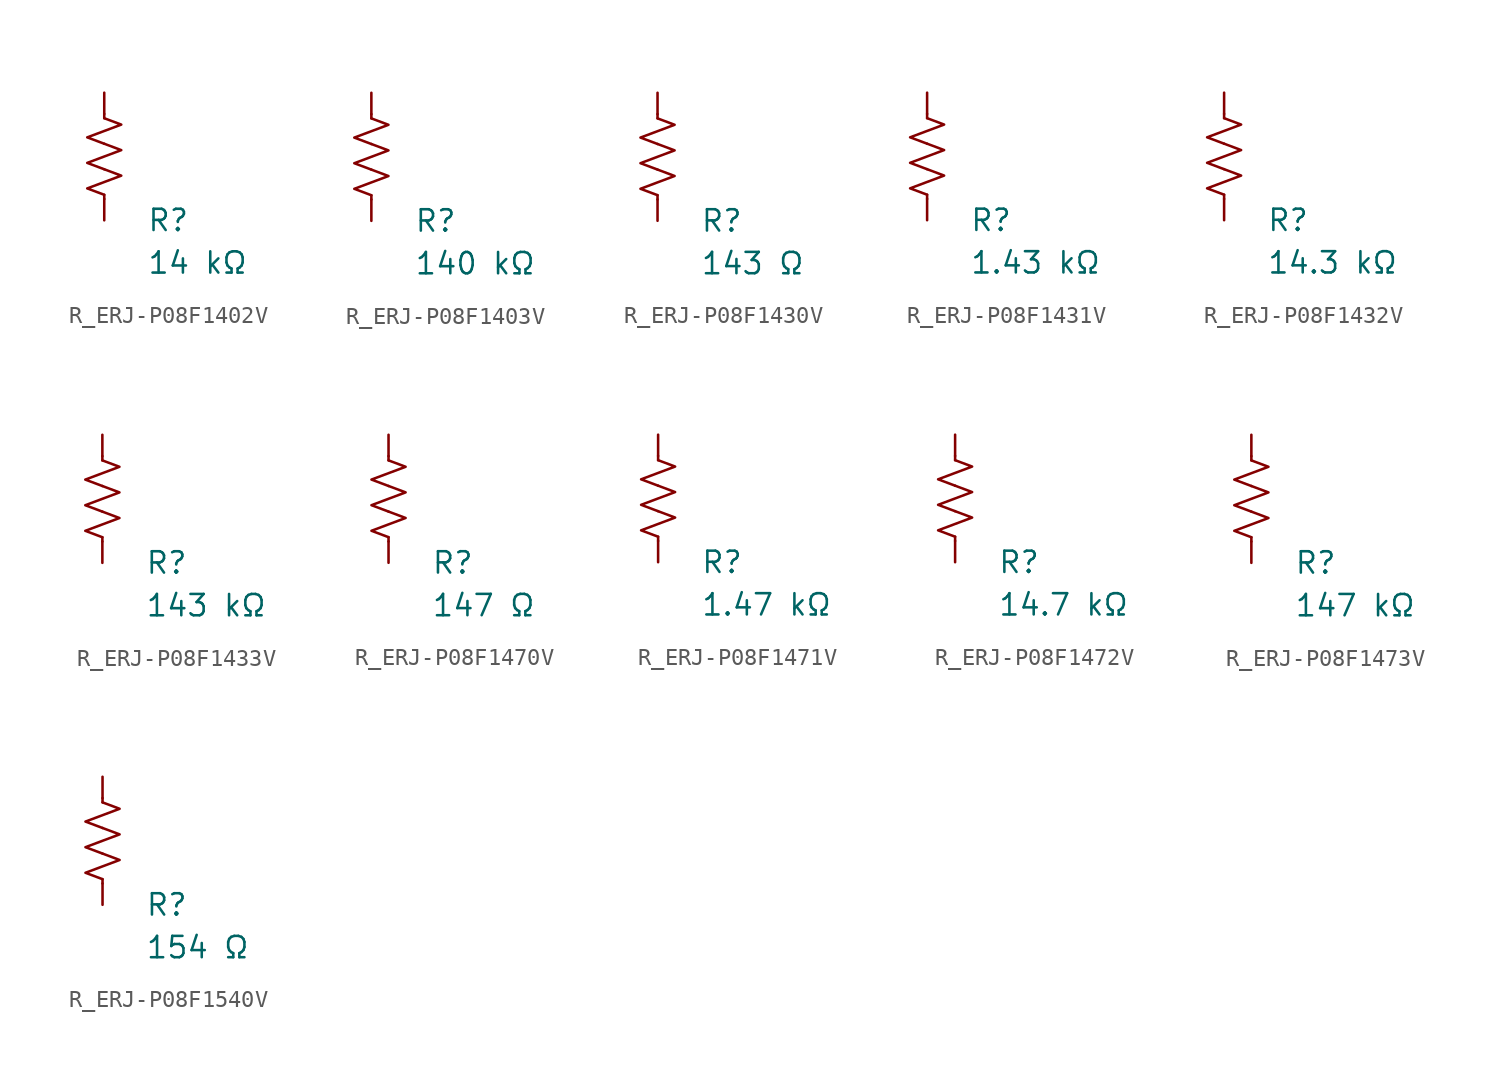
<source format=kicad_sym>
(kicad_symbol_lib
  (version 20231120)
  (generator "kicad_symbol_editor")
  (generator_version "8.0")
  (symbol "R_ERJ-P08F1402V"
    (pin_numbers hide)
    (pin_names
      (offset 0))
    (property "Reference" "R"
      (at 2.54 -3.81 0)
      (effects (font (size 1.27 1.27)) (justify left))
      (show_name no))
    (property "Value" "14 kΩ"
      (at 2.54 -6.35 0)
      (effects (font (size 1.27 1.27)) (justify left))
      (show_name no))
    (symbol "R_ERJ-P08F1402V_0_1"
      (polyline (pts (xy 0 -2.286) (xy 0 -2.54)) (stroke (width 0) (type default)) (fill (type none)))
      (polyline (pts (xy 0 2.286) (xy 0 2.54)) (stroke (width 0) (type default)) (fill (type none)))
      (polyline (pts (xy 0 -0.762) (xy 1.016 -1.143) (xy 0 -1.524) (xy -1.016 -1.905) (xy 0 -2.286)) (stroke (width 0) (type default)) (fill (type none)))
      (polyline (pts (xy 0 0.762) (xy 1.016 0.381) (xy 0 0) (xy -1.016 -0.381) (xy 0 -0.762)) (stroke (width 0) (type default)) (fill (type none)))
      (polyline (pts (xy 0 2.286) (xy 1.016 1.905) (xy 0 1.524) (xy -1.016 1.143) (xy 0 0.762)) (stroke (width 0) (type default)) (fill (type none))))
    (symbol "R_ERJ-P08F1402V_1_1"
      (pin passive line (at 0 3.81 270) (length 1.27) (name "~" (effects (font (size 1.27 1.27)))) (number "1" (effects (font (size 1.27 1.27)))))
      (pin passive line (at 0 -3.81 90) (length 1.27) (name "~" (effects (font (size 1.27 1.27)))) (number "2" (effects (font (size 1.27 1.27)))))))
  (symbol "R_ERJ-P08F1403V"
    (pin_numbers hide)
    (pin_names
      (offset 0))
    (property "Reference" "R"
      (at 2.54 -3.81 0)
      (effects (font (size 1.27 1.27)) (justify left))
      (show_name no))
    (property "Value" "140 kΩ"
      (at 2.54 -6.35 0)
      (effects (font (size 1.27 1.27)) (justify left))
      (show_name no))
    (symbol "R_ERJ-P08F1403V_0_1"
      (polyline (pts (xy 0 -2.286) (xy 0 -2.54)) (stroke (width 0) (type default)) (fill (type none)))
      (polyline (pts (xy 0 2.286) (xy 0 2.54)) (stroke (width 0) (type default)) (fill (type none)))
      (polyline (pts (xy 0 -0.762) (xy 1.016 -1.143) (xy 0 -1.524) (xy -1.016 -1.905) (xy 0 -2.286)) (stroke (width 0) (type default)) (fill (type none)))
      (polyline (pts (xy 0 0.762) (xy 1.016 0.381) (xy 0 0) (xy -1.016 -0.381) (xy 0 -0.762)) (stroke (width 0) (type default)) (fill (type none)))
      (polyline (pts (xy 0 2.286) (xy 1.016 1.905) (xy 0 1.524) (xy -1.016 1.143) (xy 0 0.762)) (stroke (width 0) (type default)) (fill (type none))))
    (symbol "R_ERJ-P08F1403V_1_1"
      (pin passive line (at 0 3.81 270) (length 1.27) (name "~" (effects (font (size 1.27 1.27)))) (number "1" (effects (font (size 1.27 1.27)))))
      (pin passive line (at 0 -3.81 90) (length 1.27) (name "~" (effects (font (size 1.27 1.27)))) (number "2" (effects (font (size 1.27 1.27)))))))
  (symbol "R_ERJ-P08F1430V"
    (pin_numbers hide)
    (pin_names
      (offset 0))
    (property "Reference" "R"
      (at 2.54 -3.81 0)
      (effects (font (size 1.27 1.27)) (justify left))
      (show_name no))
    (property "Value" "143 Ω"
      (at 2.54 -6.35 0)
      (effects (font (size 1.27 1.27)) (justify left))
      (show_name no))
    (symbol "R_ERJ-P08F1430V_0_1"
      (polyline (pts (xy 0 -2.286) (xy 0 -2.54)) (stroke (width 0) (type default)) (fill (type none)))
      (polyline (pts (xy 0 2.286) (xy 0 2.54)) (stroke (width 0) (type default)) (fill (type none)))
      (polyline (pts (xy 0 -0.762) (xy 1.016 -1.143) (xy 0 -1.524) (xy -1.016 -1.905) (xy 0 -2.286)) (stroke (width 0) (type default)) (fill (type none)))
      (polyline (pts (xy 0 0.762) (xy 1.016 0.381) (xy 0 0) (xy -1.016 -0.381) (xy 0 -0.762)) (stroke (width 0) (type default)) (fill (type none)))
      (polyline (pts (xy 0 2.286) (xy 1.016 1.905) (xy 0 1.524) (xy -1.016 1.143) (xy 0 0.762)) (stroke (width 0) (type default)) (fill (type none))))
    (symbol "R_ERJ-P08F1430V_1_1"
      (pin passive line (at 0 3.81 270) (length 1.27) (name "~" (effects (font (size 1.27 1.27)))) (number "1" (effects (font (size 1.27 1.27)))))
      (pin passive line (at 0 -3.81 90) (length 1.27) (name "~" (effects (font (size 1.27 1.27)))) (number "2" (effects (font (size 1.27 1.27)))))))
  (symbol "R_ERJ-P08F1431V"
    (pin_numbers hide)
    (pin_names
      (offset 0))
    (property "Reference" "R"
      (at 2.54 -3.81 0)
      (effects (font (size 1.27 1.27)) (justify left))
      (show_name no))
    (property "Value" "1.43 kΩ"
      (at 2.54 -6.35 0)
      (effects (font (size 1.27 1.27)) (justify left))
      (show_name no))
    (symbol "R_ERJ-P08F1431V_0_1"
      (polyline (pts (xy 0 -2.286) (xy 0 -2.54)) (stroke (width 0) (type default)) (fill (type none)))
      (polyline (pts (xy 0 2.286) (xy 0 2.54)) (stroke (width 0) (type default)) (fill (type none)))
      (polyline (pts (xy 0 -0.762) (xy 1.016 -1.143) (xy 0 -1.524) (xy -1.016 -1.905) (xy 0 -2.286)) (stroke (width 0) (type default)) (fill (type none)))
      (polyline (pts (xy 0 0.762) (xy 1.016 0.381) (xy 0 0) (xy -1.016 -0.381) (xy 0 -0.762)) (stroke (width 0) (type default)) (fill (type none)))
      (polyline (pts (xy 0 2.286) (xy 1.016 1.905) (xy 0 1.524) (xy -1.016 1.143) (xy 0 0.762)) (stroke (width 0) (type default)) (fill (type none))))
    (symbol "R_ERJ-P08F1431V_1_1"
      (pin passive line (at 0 3.81 270) (length 1.27) (name "~" (effects (font (size 1.27 1.27)))) (number "1" (effects (font (size 1.27 1.27)))))
      (pin passive line (at 0 -3.81 90) (length 1.27) (name "~" (effects (font (size 1.27 1.27)))) (number "2" (effects (font (size 1.27 1.27)))))))
  (symbol "R_ERJ-P08F1432V"
    (pin_numbers hide)
    (pin_names
      (offset 0))
    (property "Reference" "R"
      (at 2.54 -3.81 0)
      (effects (font (size 1.27 1.27)) (justify left))
      (show_name no))
    (property "Value" "14.3 kΩ"
      (at 2.54 -6.35 0)
      (effects (font (size 1.27 1.27)) (justify left))
      (show_name no))
    (symbol "R_ERJ-P08F1432V_0_1"
      (polyline (pts (xy 0 -2.286) (xy 0 -2.54)) (stroke (width 0) (type default)) (fill (type none)))
      (polyline (pts (xy 0 2.286) (xy 0 2.54)) (stroke (width 0) (type default)) (fill (type none)))
      (polyline (pts (xy 0 -0.762) (xy 1.016 -1.143) (xy 0 -1.524) (xy -1.016 -1.905) (xy 0 -2.286)) (stroke (width 0) (type default)) (fill (type none)))
      (polyline (pts (xy 0 0.762) (xy 1.016 0.381) (xy 0 0) (xy -1.016 -0.381) (xy 0 -0.762)) (stroke (width 0) (type default)) (fill (type none)))
      (polyline (pts (xy 0 2.286) (xy 1.016 1.905) (xy 0 1.524) (xy -1.016 1.143) (xy 0 0.762)) (stroke (width 0) (type default)) (fill (type none))))
    (symbol "R_ERJ-P08F1432V_1_1"
      (pin passive line (at 0 3.81 270) (length 1.27) (name "~" (effects (font (size 1.27 1.27)))) (number "1" (effects (font (size 1.27 1.27)))))
      (pin passive line (at 0 -3.81 90) (length 1.27) (name "~" (effects (font (size 1.27 1.27)))) (number "2" (effects (font (size 1.27 1.27)))))))
  (symbol "R_ERJ-P08F1433V"
    (pin_numbers hide)
    (pin_names
      (offset 0))
    (property "Reference" "R"
      (at 2.54 -3.81 0)
      (effects (font (size 1.27 1.27)) (justify left))
      (show_name no))
    (property "Value" "143 kΩ"
      (at 2.54 -6.35 0)
      (effects (font (size 1.27 1.27)) (justify left))
      (show_name no))
    (symbol "R_ERJ-P08F1433V_0_1"
      (polyline (pts (xy 0 -2.286) (xy 0 -2.54)) (stroke (width 0) (type default)) (fill (type none)))
      (polyline (pts (xy 0 2.286) (xy 0 2.54)) (stroke (width 0) (type default)) (fill (type none)))
      (polyline (pts (xy 0 -0.762) (xy 1.016 -1.143) (xy 0 -1.524) (xy -1.016 -1.905) (xy 0 -2.286)) (stroke (width 0) (type default)) (fill (type none)))
      (polyline (pts (xy 0 0.762) (xy 1.016 0.381) (xy 0 0) (xy -1.016 -0.381) (xy 0 -0.762)) (stroke (width 0) (type default)) (fill (type none)))
      (polyline (pts (xy 0 2.286) (xy 1.016 1.905) (xy 0 1.524) (xy -1.016 1.143) (xy 0 0.762)) (stroke (width 0) (type default)) (fill (type none))))
    (symbol "R_ERJ-P08F1433V_1_1"
      (pin passive line (at 0 3.81 270) (length 1.27) (name "~" (effects (font (size 1.27 1.27)))) (number "1" (effects (font (size 1.27 1.27)))))
      (pin passive line (at 0 -3.81 90) (length 1.27) (name "~" (effects (font (size 1.27 1.27)))) (number "2" (effects (font (size 1.27 1.27)))))))
  (symbol "R_ERJ-P08F1470V"
    (pin_numbers hide)
    (pin_names
      (offset 0))
    (property "Reference" "R"
      (at 2.54 -3.81 0)
      (effects (font (size 1.27 1.27)) (justify left))
      (show_name no))
    (property "Value" "147 Ω"
      (at 2.54 -6.35 0)
      (effects (font (size 1.27 1.27)) (justify left))
      (show_name no))
    (symbol "R_ERJ-P08F1470V_0_1"
      (polyline (pts (xy 0 -2.286) (xy 0 -2.54)) (stroke (width 0) (type default)) (fill (type none)))
      (polyline (pts (xy 0 2.286) (xy 0 2.54)) (stroke (width 0) (type default)) (fill (type none)))
      (polyline (pts (xy 0 -0.762) (xy 1.016 -1.143) (xy 0 -1.524) (xy -1.016 -1.905) (xy 0 -2.286)) (stroke (width 0) (type default)) (fill (type none)))
      (polyline (pts (xy 0 0.762) (xy 1.016 0.381) (xy 0 0) (xy -1.016 -0.381) (xy 0 -0.762)) (stroke (width 0) (type default)) (fill (type none)))
      (polyline (pts (xy 0 2.286) (xy 1.016 1.905) (xy 0 1.524) (xy -1.016 1.143) (xy 0 0.762)) (stroke (width 0) (type default)) (fill (type none))))
    (symbol "R_ERJ-P08F1470V_1_1"
      (pin passive line (at 0 3.81 270) (length 1.27) (name "~" (effects (font (size 1.27 1.27)))) (number "1" (effects (font (size 1.27 1.27)))))
      (pin passive line (at 0 -3.81 90) (length 1.27) (name "~" (effects (font (size 1.27 1.27)))) (number "2" (effects (font (size 1.27 1.27)))))))
  (symbol "R_ERJ-P08F1471V"
    (pin_numbers hide)
    (pin_names
      (offset 0))
    (property "Reference" "R"
      (at 2.54 -3.81 0)
      (effects (font (size 1.27 1.27)) (justify left))
      (show_name no))
    (property "Value" "1.47 kΩ"
      (at 2.54 -6.35 0)
      (effects (font (size 1.27 1.27)) (justify left))
      (show_name no))
    (symbol "R_ERJ-P08F1471V_0_1"
      (polyline (pts (xy 0 -2.286) (xy 0 -2.54)) (stroke (width 0) (type default)) (fill (type none)))
      (polyline (pts (xy 0 2.286) (xy 0 2.54)) (stroke (width 0) (type default)) (fill (type none)))
      (polyline (pts (xy 0 -0.762) (xy 1.016 -1.143) (xy 0 -1.524) (xy -1.016 -1.905) (xy 0 -2.286)) (stroke (width 0) (type default)) (fill (type none)))
      (polyline (pts (xy 0 0.762) (xy 1.016 0.381) (xy 0 0) (xy -1.016 -0.381) (xy 0 -0.762)) (stroke (width 0) (type default)) (fill (type none)))
      (polyline (pts (xy 0 2.286) (xy 1.016 1.905) (xy 0 1.524) (xy -1.016 1.143) (xy 0 0.762)) (stroke (width 0) (type default)) (fill (type none))))
    (symbol "R_ERJ-P08F1471V_1_1"
      (pin passive line (at 0 3.81 270) (length 1.27) (name "~" (effects (font (size 1.27 1.27)))) (number "1" (effects (font (size 1.27 1.27)))))
      (pin passive line (at 0 -3.81 90) (length 1.27) (name "~" (effects (font (size 1.27 1.27)))) (number "2" (effects (font (size 1.27 1.27)))))))
  (symbol "R_ERJ-P08F1472V"
    (pin_numbers hide)
    (pin_names
      (offset 0))
    (property "Reference" "R"
      (at 2.54 -3.81 0)
      (effects (font (size 1.27 1.27)) (justify left))
      (show_name no))
    (property "Value" "14.7 kΩ"
      (at 2.54 -6.35 0)
      (effects (font (size 1.27 1.27)) (justify left))
      (show_name no))
    (symbol "R_ERJ-P08F1472V_0_1"
      (polyline (pts (xy 0 -2.286) (xy 0 -2.54)) (stroke (width 0) (type default)) (fill (type none)))
      (polyline (pts (xy 0 2.286) (xy 0 2.54)) (stroke (width 0) (type default)) (fill (type none)))
      (polyline (pts (xy 0 -0.762) (xy 1.016 -1.143) (xy 0 -1.524) (xy -1.016 -1.905) (xy 0 -2.286)) (stroke (width 0) (type default)) (fill (type none)))
      (polyline (pts (xy 0 0.762) (xy 1.016 0.381) (xy 0 0) (xy -1.016 -0.381) (xy 0 -0.762)) (stroke (width 0) (type default)) (fill (type none)))
      (polyline (pts (xy 0 2.286) (xy 1.016 1.905) (xy 0 1.524) (xy -1.016 1.143) (xy 0 0.762)) (stroke (width 0) (type default)) (fill (type none))))
    (symbol "R_ERJ-P08F1472V_1_1"
      (pin passive line (at 0 3.81 270) (length 1.27) (name "~" (effects (font (size 1.27 1.27)))) (number "1" (effects (font (size 1.27 1.27)))))
      (pin passive line (at 0 -3.81 90) (length 1.27) (name "~" (effects (font (size 1.27 1.27)))) (number "2" (effects (font (size 1.27 1.27)))))))
  (symbol "R_ERJ-P08F1473V"
    (pin_numbers hide)
    (pin_names
      (offset 0))
    (property "Reference" "R"
      (at 2.54 -3.81 0)
      (effects (font (size 1.27 1.27)) (justify left))
      (show_name no))
    (property "Value" "147 kΩ"
      (at 2.54 -6.35 0)
      (effects (font (size 1.27 1.27)) (justify left))
      (show_name no))
    (symbol "R_ERJ-P08F1473V_0_1"
      (polyline (pts (xy 0 -2.286) (xy 0 -2.54)) (stroke (width 0) (type default)) (fill (type none)))
      (polyline (pts (xy 0 2.286) (xy 0 2.54)) (stroke (width 0) (type default)) (fill (type none)))
      (polyline (pts (xy 0 -0.762) (xy 1.016 -1.143) (xy 0 -1.524) (xy -1.016 -1.905) (xy 0 -2.286)) (stroke (width 0) (type default)) (fill (type none)))
      (polyline (pts (xy 0 0.762) (xy 1.016 0.381) (xy 0 0) (xy -1.016 -0.381) (xy 0 -0.762)) (stroke (width 0) (type default)) (fill (type none)))
      (polyline (pts (xy 0 2.286) (xy 1.016 1.905) (xy 0 1.524) (xy -1.016 1.143) (xy 0 0.762)) (stroke (width 0) (type default)) (fill (type none))))
    (symbol "R_ERJ-P08F1473V_1_1"
      (pin passive line (at 0 3.81 270) (length 1.27) (name "~" (effects (font (size 1.27 1.27)))) (number "1" (effects (font (size 1.27 1.27)))))
      (pin passive line (at 0 -3.81 90) (length 1.27) (name "~" (effects (font (size 1.27 1.27)))) (number "2" (effects (font (size 1.27 1.27)))))))
  (symbol "R_ERJ-P08F1540V"
    (pin_numbers hide)
    (pin_names
      (offset 0))
    (property "Reference" "R"
      (at 2.54 -3.81 0)
      (effects (font (size 1.27 1.27)) (justify left))
      (show_name no))
    (property "Value" "154 Ω"
      (at 2.54 -6.35 0)
      (effects (font (size 1.27 1.27)) (justify left))
      (show_name no))
    (symbol "R_ERJ-P08F1540V_0_1"
      (polyline (pts (xy 0 -2.286) (xy 0 -2.54)) (stroke (width 0) (type default)) (fill (type none)))
      (polyline (pts (xy 0 2.286) (xy 0 2.54)) (stroke (width 0) (type default)) (fill (type none)))
      (polyline (pts (xy 0 -0.762) (xy 1.016 -1.143) (xy 0 -1.524) (xy -1.016 -1.905) (xy 0 -2.286)) (stroke (width 0) (type default)) (fill (type none)))
      (polyline (pts (xy 0 0.762) (xy 1.016 0.381) (xy 0 0) (xy -1.016 -0.381) (xy 0 -0.762)) (stroke (width 0) (type default)) (fill (type none)))
      (polyline (pts (xy 0 2.286) (xy 1.016 1.905) (xy 0 1.524) (xy -1.016 1.143) (xy 0 0.762)) (stroke (width 0) (type default)) (fill (type none))))
    (symbol "R_ERJ-P08F1540V_1_1"
      (pin passive line (at 0 3.81 270) (length 1.27) (name "~" (effects (font (size 1.27 1.27)))) (number "1" (effects (font (size 1.27 1.27)))))
      (pin passive line (at 0 -3.81 90) (length 1.27) (name "~" (effects (font (size 1.27 1.27)))) (number "2" (effects (font (size 1.27 1.27))))))))
</source>
